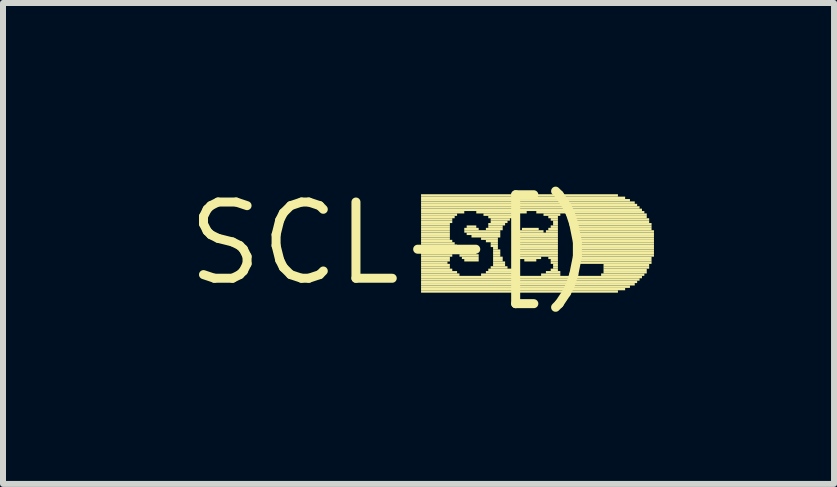
<source format=kicad_pcb>
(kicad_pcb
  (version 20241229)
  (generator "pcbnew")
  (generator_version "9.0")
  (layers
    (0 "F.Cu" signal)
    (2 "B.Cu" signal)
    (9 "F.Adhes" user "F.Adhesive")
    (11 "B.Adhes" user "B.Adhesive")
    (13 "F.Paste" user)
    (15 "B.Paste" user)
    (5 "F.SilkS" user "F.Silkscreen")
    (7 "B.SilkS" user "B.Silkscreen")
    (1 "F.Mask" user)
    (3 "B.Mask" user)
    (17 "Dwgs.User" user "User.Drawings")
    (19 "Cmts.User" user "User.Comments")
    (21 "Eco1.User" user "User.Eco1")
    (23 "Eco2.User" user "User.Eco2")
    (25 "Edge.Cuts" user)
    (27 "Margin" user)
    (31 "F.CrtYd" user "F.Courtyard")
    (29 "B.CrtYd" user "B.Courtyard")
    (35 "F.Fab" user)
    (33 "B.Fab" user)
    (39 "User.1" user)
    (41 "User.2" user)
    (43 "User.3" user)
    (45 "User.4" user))
  (footprint "SCL-[)"
    (layer "F.Cu")
    (at 3.485 1.006)
    (property "Reference" "SCL-[)" (at 0 0 0) (layer "F.SilkS") (effects (font (size 1.27 1.27) (thickness 0.15))))
    (fp_poly (pts (xy 0.48 -0.78) (xy 3.76 -0.78) (xy 3.76 -0.82) (xy 0.48 -0.82)) (stroke (width 0) (type solid)) (fill yes) (layer "F.SilkS"))
    (fp_poly (pts (xy 0.48 -0.74) (xy 3.88 -0.74) (xy 3.88 -0.78) (xy 0.48 -0.78)) (stroke (width 0) (type solid)) (fill yes) (layer "F.SilkS"))
    (fp_poly (pts (xy 0.48 -0.7) (xy 3.96 -0.7) (xy 3.96 -0.74) (xy 0.48 -0.74)) (stroke (width 0) (type solid)) (fill yes) (layer "F.SilkS"))
    (fp_poly (pts (xy 0.48 -0.66) (xy 4.04 -0.66) (xy 4.04 -0.7) (xy 0.48 -0.7)) (stroke (width 0) (type solid)) (fill yes) (layer "F.SilkS"))
    (fp_poly (pts (xy 0.48 -0.62) (xy 4.08 -0.62) (xy 4.08 -0.66) (xy 0.48 -0.66)) (stroke (width 0) (type solid)) (fill yes) (layer "F.SilkS"))
    (fp_poly (pts (xy 0.48 -0.58) (xy 4.12 -0.58) (xy 4.12 -0.62) (xy 0.48 -0.62)) (stroke (width 0) (type solid)) (fill yes) (layer "F.SilkS"))
    (fp_poly (pts (xy 0.48 -0.54) (xy 4.16 -0.54) (xy 4.16 -0.58) (xy 0.48 -0.58)) (stroke (width 0) (type solid)) (fill yes) (layer "F.SilkS"))
    (fp_poly (pts (xy 0.48 -0.5) (xy 1.2 -0.5) (xy 1.2 -0.54) (xy 0.48 -0.54)) (stroke (width 0) (type solid)) (fill yes) (layer "F.SilkS"))
    (fp_poly (pts (xy 0.48 -0.46) (xy 1.08 -0.46) (xy 1.08 -0.5) (xy 0.48 -0.5)) (stroke (width 0) (type solid)) (fill yes) (layer "F.SilkS"))
    (fp_poly (pts (xy 0.48 -0.42) (xy 1.04 -0.42) (xy 1.04 -0.46) (xy 0.48 -0.46)) (stroke (width 0) (type solid)) (fill yes) (layer "F.SilkS"))
    (fp_poly (pts (xy 0.48 -0.38) (xy 1 -0.38) (xy 1 -0.42) (xy 0.48 -0.42)) (stroke (width 0) (type solid)) (fill yes) (layer "F.SilkS"))
    (fp_poly (pts (xy 0.48 -0.34) (xy 1 -0.34) (xy 1 -0.38) (xy 0.48 -0.38)) (stroke (width 0) (type solid)) (fill yes) (layer "F.SilkS"))
    (fp_poly (pts (xy 0.48 -0.3) (xy 0.96 -0.3) (xy 0.96 -0.34) (xy 0.48 -0.34)) (stroke (width 0) (type solid)) (fill yes) (layer "F.SilkS"))
    (fp_poly (pts (xy 0.48 -0.26) (xy 0.96 -0.26) (xy 0.96 -0.3) (xy 0.48 -0.3)) (stroke (width 0) (type solid)) (fill yes) (layer "F.SilkS"))
    (fp_poly (pts (xy 0.48 -0.22) (xy 0.96 -0.22) (xy 0.96 -0.26) (xy 0.48 -0.26)) (stroke (width 0) (type solid)) (fill yes) (layer "F.SilkS"))
    (fp_poly (pts (xy 0.48 -0.18) (xy 0.96 -0.18) (xy 0.96 -0.22) (xy 0.48 -0.22)) (stroke (width 0) (type solid)) (fill yes) (layer "F.SilkS"))
    (fp_poly (pts (xy 0.48 -0.14) (xy 0.96 -0.14) (xy 0.96 -0.18) (xy 0.48 -0.18)) (stroke (width 0) (type solid)) (fill yes) (layer "F.SilkS"))
    (fp_poly (pts (xy 0.48 -0.1) (xy 0.96 -0.1) (xy 0.96 -0.14) (xy 0.48 -0.14)) (stroke (width 0) (type solid)) (fill yes) (layer "F.SilkS"))
    (fp_poly (pts (xy 0.48 -0.06) (xy 0.96 -0.06) (xy 0.96 -0.1) (xy 0.48 -0.1)) (stroke (width 0) (type solid)) (fill yes) (layer "F.SilkS"))
    (fp_poly (pts (xy 0.48 -0.02) (xy 1 -0.02) (xy 1 -0.06) (xy 0.48 -0.06)) (stroke (width 0) (type solid)) (fill yes) (layer "F.SilkS"))
    (fp_poly (pts (xy 0.48 0.02) (xy 1.04 0.02) (xy 1.04 -0.02) (xy 0.48 -0.02)) (stroke (width 0) (type solid)) (fill yes) (layer "F.SilkS"))
    (fp_poly (pts (xy 0.48 0.06) (xy 1.08 0.06) (xy 1.08 0.02) (xy 0.48 0.02)) (stroke (width 0) (type solid)) (fill yes) (layer "F.SilkS"))
    (fp_poly (pts (xy 0.48 0.1) (xy 1.16 0.1) (xy 1.16 0.06) (xy 0.48 0.06)) (stroke (width 0) (type solid)) (fill yes) (layer "F.SilkS"))
    (fp_poly (pts (xy 0.48 0.14) (xy 1.32 0.14) (xy 1.32 0.1) (xy 0.48 0.1)) (stroke (width 0) (type solid)) (fill yes) (layer "F.SilkS"))
    (fp_poly (pts (xy 0.48 0.18) (xy 1.4 0.18) (xy 1.4 0.14) (xy 0.48 0.14)) (stroke (width 0) (type solid)) (fill yes) (layer "F.SilkS"))
    (fp_poly (pts (xy 0.48 0.22) (xy 1 0.22) (xy 1 0.18) (xy 0.48 0.18)) (stroke (width 0) (type solid)) (fill yes) (layer "F.SilkS"))
    (fp_poly (pts (xy 0.48 0.26) (xy 0.96 0.26) (xy 0.96 0.22) (xy 0.48 0.22)) (stroke (width 0) (type solid)) (fill yes) (layer "F.SilkS"))
    (fp_poly (pts (xy 0.48 0.3) (xy 0.96 0.3) (xy 0.96 0.26) (xy 0.48 0.26)) (stroke (width 0) (type solid)) (fill yes) (layer "F.SilkS"))
    (fp_poly (pts (xy 0.48 0.34) (xy 0.92 0.34) (xy 0.92 0.3) (xy 0.48 0.3)) (stroke (width 0) (type solid)) (fill yes) (layer "F.SilkS"))
    (fp_poly (pts (xy 0.48 0.38) (xy 0.96 0.38) (xy 0.96 0.34) (xy 0.48 0.34)) (stroke (width 0) (type solid)) (fill yes) (layer "F.SilkS"))
    (fp_poly (pts (xy 0.48 0.42) (xy 0.96 0.42) (xy 0.96 0.38) (xy 0.48 0.38)) (stroke (width 0) (type solid)) (fill yes) (layer "F.SilkS"))
    (fp_poly (pts (xy 0.48 0.46) (xy 1 0.46) (xy 1 0.42) (xy 0.48 0.42)) (stroke (width 0) (type solid)) (fill yes) (layer "F.SilkS"))
    (fp_poly (pts (xy 0.48 0.5) (xy 1.08 0.5) (xy 1.08 0.46) (xy 0.48 0.46)) (stroke (width 0) (type solid)) (fill yes) (layer "F.SilkS"))
    (fp_poly (pts (xy 0.48 0.54) (xy 1.12 0.54) (xy 1.12 0.5) (xy 0.48 0.5)) (stroke (width 0) (type solid)) (fill yes) (layer "F.SilkS"))
    (fp_poly (pts (xy 0.48 0.58) (xy 4.16 0.58) (xy 4.16 0.54) (xy 0.48 0.54)) (stroke (width 0) (type solid)) (fill yes) (layer "F.SilkS"))
    (fp_poly (pts (xy 0.48 0.62) (xy 4.12 0.62) (xy 4.12 0.58) (xy 0.48 0.58)) (stroke (width 0) (type solid)) (fill yes) (layer "F.SilkS"))
    (fp_poly (pts (xy 0.48 0.66) (xy 4.08 0.66) (xy 4.08 0.62) (xy 0.48 0.62)) (stroke (width 0) (type solid)) (fill yes) (layer "F.SilkS"))
    (fp_poly (pts (xy 0.48 0.7) (xy 4.04 0.7) (xy 4.04 0.66) (xy 0.48 0.66)) (stroke (width 0) (type solid)) (fill yes) (layer "F.SilkS"))
    (fp_poly (pts (xy 0.48 0.74) (xy 3.96 0.74) (xy 3.96 0.7) (xy 0.48 0.7)) (stroke (width 0) (type solid)) (fill yes) (layer "F.SilkS"))
    (fp_poly (pts (xy 0.48 0.78) (xy 3.88 0.78) (xy 3.88 0.74) (xy 0.48 0.74)) (stroke (width 0) (type solid)) (fill yes) (layer "F.SilkS"))
    (fp_poly (pts (xy 0.48 0.82) (xy 3.76 0.82) (xy 3.76 0.78) (xy 0.48 0.78)) (stroke (width 0) (type solid)) (fill yes) (layer "F.SilkS"))
    (fp_poly (pts (xy 1.12 0.22) (xy 1.44 0.22) (xy 1.44 0.18) (xy 1.12 0.18)) (stroke (width 0) (type solid)) (fill yes) (layer "F.SilkS"))
    (fp_poly (pts (xy 1.16 0.26) (xy 1.44 0.26) (xy 1.44 0.22) (xy 1.16 0.22)) (stroke (width 0) (type solid)) (fill yes) (layer "F.SilkS"))
    (fp_poly (pts (xy 1.2 -0.22) (xy 1.44 -0.22) (xy 1.44 -0.26) (xy 1.2 -0.26)) (stroke (width 0) (type solid)) (fill yes) (layer "F.SilkS"))
    (fp_poly (pts (xy 1.2 -0.18) (xy 1.8 -0.18) (xy 1.8 -0.22) (xy 1.2 -0.22)) (stroke (width 0) (type solid)) (fill yes) (layer "F.SilkS"))
    (fp_poly (pts (xy 1.2 0.3) (xy 1.44 0.3) (xy 1.44 0.26) (xy 1.2 0.26)) (stroke (width 0) (type solid)) (fill yes) (layer "F.SilkS"))
    (fp_poly (pts (xy 1.24 -0.26) (xy 1.4 -0.26) (xy 1.4 -0.3) (xy 1.24 -0.3)) (stroke (width 0) (type solid)) (fill yes) (layer "F.SilkS"))
    (fp_poly (pts (xy 1.24 -0.14) (xy 1.8 -0.14) (xy 1.8 -0.18) (xy 1.24 -0.18)) (stroke (width 0) (type solid)) (fill yes) (layer "F.SilkS"))
    (fp_poly (pts (xy 1.32 -0.1) (xy 1.8 -0.1) (xy 1.8 -0.14) (xy 1.32 -0.14)) (stroke (width 0) (type solid)) (fill yes) (layer "F.SilkS"))
    (fp_poly (pts (xy 1.4 -0.5) (xy 2.24 -0.5) (xy 2.24 -0.54) (xy 1.4 -0.54)) (stroke (width 0) (type solid)) (fill yes) (layer "F.SilkS"))
    (fp_poly (pts (xy 1.48 -0.06) (xy 1.76 -0.06) (xy 1.76 -0.1) (xy 1.48 -0.1)) (stroke (width 0) (type solid)) (fill yes) (layer "F.SilkS"))
    (fp_poly (pts (xy 1.48 0.54) (xy 2.12 0.54) (xy 2.12 0.5) (xy 1.48 0.5)) (stroke (width 0) (type solid)) (fill yes) (layer "F.SilkS"))
    (fp_poly (pts (xy 1.52 -0.46) (xy 2.12 -0.46) (xy 2.12 -0.5) (xy 1.52 -0.5)) (stroke (width 0) (type solid)) (fill yes) (layer "F.SilkS"))
    (fp_poly (pts (xy 1.56 -0.22) (xy 1.84 -0.22) (xy 1.84 -0.26) (xy 1.56 -0.26)) (stroke (width 0) (type solid)) (fill yes) (layer "F.SilkS"))
    (fp_poly (pts (xy 1.56 -0.02) (xy 1.76 -0.02) (xy 1.76 -0.06) (xy 1.56 -0.06)) (stroke (width 0) (type solid)) (fill yes) (layer "F.SilkS"))
    (fp_poly (pts (xy 1.56 0.5) (xy 2.04 0.5) (xy 2.04 0.46) (xy 1.56 0.46)) (stroke (width 0) (type solid)) (fill yes) (layer "F.SilkS"))
    (fp_poly (pts (xy 1.6 -0.42) (xy 2.04 -0.42) (xy 2.04 -0.46) (xy 1.6 -0.46)) (stroke (width 0) (type solid)) (fill yes) (layer "F.SilkS"))
    (fp_poly (pts (xy 1.6 -0.3) (xy 1.88 -0.3) (xy 1.88 -0.34) (xy 1.6 -0.34)) (stroke (width 0) (type solid)) (fill yes) (layer "F.SilkS"))
    (fp_poly (pts (xy 1.6 -0.26) (xy 1.84 -0.26) (xy 1.84 -0.3) (xy 1.6 -0.3)) (stroke (width 0) (type solid)) (fill yes) (layer "F.SilkS"))
    (fp_poly (pts (xy 1.6 0.46) (xy 2 0.46) (xy 2 0.42) (xy 1.6 0.42)) (stroke (width 0) (type solid)) (fill yes) (layer "F.SilkS"))
    (fp_poly (pts (xy 1.64 -0.38) (xy 1.96 -0.38) (xy 1.96 -0.42) (xy 1.64 -0.42)) (stroke (width 0) (type solid)) (fill yes) (layer "F.SilkS"))
    (fp_poly (pts (xy 1.64 -0.34) (xy 1.92 -0.34) (xy 1.92 -0.38) (xy 1.64 -0.38)) (stroke (width 0) (type solid)) (fill yes) (layer "F.SilkS"))
    (fp_poly (pts (xy 1.64 0.02) (xy 1.76 0.02) (xy 1.76 -0.02) (xy 1.64 -0.02)) (stroke (width 0) (type solid)) (fill yes) (layer "F.SilkS"))
    (fp_poly (pts (xy 1.64 0.06) (xy 1.76 0.06) (xy 1.76 0.02) (xy 1.64 0.02)) (stroke (width 0) (type solid)) (fill yes) (layer "F.SilkS"))
    (fp_poly (pts (xy 1.64 0.42) (xy 1.92 0.42) (xy 1.92 0.38) (xy 1.64 0.38)) (stroke (width 0) (type solid)) (fill yes) (layer "F.SilkS"))
    (fp_poly (pts (xy 1.68 0.1) (xy 1.76 0.1) (xy 1.76 0.06) (xy 1.68 0.06)) (stroke (width 0) (type solid)) (fill yes) (layer "F.SilkS"))
    (fp_poly (pts (xy 1.68 0.14) (xy 1.8 0.14) (xy 1.8 0.1) (xy 1.68 0.1)) (stroke (width 0) (type solid)) (fill yes) (layer "F.SilkS"))
    (fp_poly (pts (xy 1.68 0.18) (xy 1.8 0.18) (xy 1.8 0.14) (xy 1.68 0.14)) (stroke (width 0) (type solid)) (fill yes) (layer "F.SilkS"))
    (fp_poly (pts (xy 1.68 0.22) (xy 1.8 0.22) (xy 1.8 0.18) (xy 1.68 0.18)) (stroke (width 0) (type solid)) (fill yes) (layer "F.SilkS"))
    (fp_poly (pts (xy 1.68 0.26) (xy 1.84 0.26) (xy 1.84 0.22) (xy 1.68 0.22)) (stroke (width 0) (type solid)) (fill yes) (layer "F.SilkS"))
    (fp_poly (pts (xy 1.68 0.3) (xy 1.84 0.3) (xy 1.84 0.26) (xy 1.68 0.26)) (stroke (width 0) (type solid)) (fill yes) (layer "F.SilkS"))
    (fp_poly (pts (xy 1.68 0.34) (xy 1.88 0.34) (xy 1.88 0.3) (xy 1.68 0.3)) (stroke (width 0) (type solid)) (fill yes) (layer "F.SilkS"))
    (fp_poly (pts (xy 1.68 0.38) (xy 1.88 0.38) (xy 1.88 0.34) (xy 1.68 0.34)) (stroke (width 0) (type solid)) (fill yes) (layer "F.SilkS"))
    (fp_poly (pts (xy 2.04 -0.1) (xy 2.76 -0.1) (xy 2.76 -0.14) (xy 2.04 -0.14)) (stroke (width 0) (type solid)) (fill yes) (layer "F.SilkS"))
    (fp_poly (pts (xy 2.04 -0.06) (xy 2.76 -0.06) (xy 2.76 -0.1) (xy 2.04 -0.1)) (stroke (width 0) (type solid)) (fill yes) (layer "F.SilkS"))
    (fp_poly (pts (xy 2.04 -0.02) (xy 2.76 -0.02) (xy 2.76 -0.06) (xy 2.04 -0.06)) (stroke (width 0) (type solid)) (fill yes) (layer "F.SilkS"))
    (fp_poly (pts (xy 2.04 0.02) (xy 2.76 0.02) (xy 2.76 -0.02) (xy 2.04 -0.02)) (stroke (width 0) (type solid)) (fill yes) (layer "F.SilkS"))
    (fp_poly (pts (xy 2.04 0.06) (xy 2.76 0.06) (xy 2.76 0.02) (xy 2.04 0.02)) (stroke (width 0) (type solid)) (fill yes) (layer "F.SilkS"))
    (fp_poly (pts (xy 2.04 0.1) (xy 2.76 0.1) (xy 2.76 0.06) (xy 2.04 0.06)) (stroke (width 0) (type solid)) (fill yes) (layer "F.SilkS"))
    (fp_poly (pts (xy 2.04 0.14) (xy 2.76 0.14) (xy 2.76 0.1) (xy 2.04 0.1)) (stroke (width 0) (type solid)) (fill yes) (layer "F.SilkS"))
    (fp_poly (pts (xy 2.04 0.18) (xy 2.76 0.18) (xy 2.76 0.14) (xy 2.04 0.14)) (stroke (width 0) (type solid)) (fill yes) (layer "F.SilkS"))
    (fp_poly (pts (xy 2.08 -0.14) (xy 2.76 -0.14) (xy 2.76 -0.18) (xy 2.08 -0.18)) (stroke (width 0) (type solid)) (fill yes) (layer "F.SilkS"))
    (fp_poly (pts (xy 2.08 0.22) (xy 2.76 0.22) (xy 2.76 0.18) (xy 2.08 0.18)) (stroke (width 0) (type solid)) (fill yes) (layer "F.SilkS"))
    (fp_poly (pts (xy 2.12 -0.18) (xy 2.52 -0.18) (xy 2.52 -0.22) (xy 2.12 -0.22)) (stroke (width 0) (type solid)) (fill yes) (layer "F.SilkS"))
    (fp_poly (pts (xy 2.12 0.26) (xy 2.48 0.26) (xy 2.48 0.22) (xy 2.12 0.22)) (stroke (width 0) (type solid)) (fill yes) (layer "F.SilkS"))
    (fp_poly (pts (xy 2.16 -0.22) (xy 2.44 -0.22) (xy 2.44 -0.26) (xy 2.16 -0.26)) (stroke (width 0) (type solid)) (fill yes) (layer "F.SilkS"))
    (fp_poly (pts (xy 2.2 0.3) (xy 2.4 0.3) (xy 2.4 0.26) (xy 2.2 0.26)) (stroke (width 0) (type solid)) (fill yes) (layer "F.SilkS"))
    (fp_poly (pts (xy 2.4 -0.5) (xy 4.2 -0.5) (xy 4.2 -0.54) (xy 2.4 -0.54)) (stroke (width 0) (type solid)) (fill yes) (layer "F.SilkS"))
    (fp_poly (pts (xy 2.48 0.54) (xy 2.8 0.54) (xy 2.8 0.5) (xy 2.48 0.5)) (stroke (width 0) (type solid)) (fill yes) (layer "F.SilkS"))
    (fp_poly (pts (xy 2.52 -0.46) (xy 2.8 -0.46) (xy 2.8 -0.5) (xy 2.52 -0.5)) (stroke (width 0) (type solid)) (fill yes) (layer "F.SilkS"))
    (fp_poly (pts (xy 2.56 -0.18) (xy 2.76 -0.18) (xy 2.76 -0.22) (xy 2.56 -0.22)) (stroke (width 0) (type solid)) (fill yes) (layer "F.SilkS"))
    (fp_poly (pts (xy 2.56 0.5) (xy 2.8 0.5) (xy 2.8 0.46) (xy 2.56 0.46)) (stroke (width 0) (type solid)) (fill yes) (layer "F.SilkS"))
    (fp_poly (pts (xy 2.6 -0.42) (xy 2.76 -0.42) (xy 2.76 -0.46) (xy 2.6 -0.46)) (stroke (width 0) (type solid)) (fill yes) (layer "F.SilkS"))
    (fp_poly (pts (xy 2.6 -0.22) (xy 2.76 -0.22) (xy 2.76 -0.26) (xy 2.6 -0.26)) (stroke (width 0) (type solid)) (fill yes) (layer "F.SilkS"))
    (fp_poly (pts (xy 2.6 0.26) (xy 2.76 0.26) (xy 2.76 0.22) (xy 2.6 0.22)) (stroke (width 0) (type solid)) (fill yes) (layer "F.SilkS"))
    (fp_poly (pts (xy 2.64 -0.38) (xy 2.76 -0.38) (xy 2.76 -0.42) (xy 2.64 -0.42)) (stroke (width 0) (type solid)) (fill yes) (layer "F.SilkS"))
    (fp_poly (pts (xy 2.64 -0.26) (xy 2.76 -0.26) (xy 2.76 -0.3) (xy 2.64 -0.3)) (stroke (width 0) (type solid)) (fill yes) (layer "F.SilkS"))
    (fp_poly (pts (xy 2.64 0.3) (xy 2.76 0.3) (xy 2.76 0.26) (xy 2.64 0.26)) (stroke (width 0) (type solid)) (fill yes) (layer "F.SilkS"))
    (fp_poly (pts (xy 2.64 0.34) (xy 2.76 0.34) (xy 2.76 0.3) (xy 2.64 0.3)) (stroke (width 0) (type solid)) (fill yes) (layer "F.SilkS"))
    (fp_poly (pts (xy 2.64 0.46) (xy 2.76 0.46) (xy 2.76 0.42) (xy 2.64 0.42)) (stroke (width 0) (type solid)) (fill yes) (layer "F.SilkS"))
    (fp_poly (pts (xy 2.68 -0.34) (xy 2.76 -0.34) (xy 2.76 -0.38) (xy 2.68 -0.38)) (stroke (width 0) (type solid)) (fill yes) (layer "F.SilkS"))
    (fp_poly (pts (xy 2.68 -0.3) (xy 2.76 -0.3) (xy 2.76 -0.34) (xy 2.68 -0.34)) (stroke (width 0) (type solid)) (fill yes) (layer "F.SilkS"))
    (fp_poly (pts (xy 2.68 0.38) (xy 2.76 0.38) (xy 2.76 0.34) (xy 2.68 0.34)) (stroke (width 0) (type solid)) (fill yes) (layer "F.SilkS"))
    (fp_poly (pts (xy 2.68 0.42) (xy 2.76 0.42) (xy 2.76 0.38) (xy 2.68 0.38)) (stroke (width 0) (type solid)) (fill yes) (layer "F.SilkS"))
    (fp_poly (pts (xy 3 -0.46) (xy 4.24 -0.46) (xy 4.24 -0.5) (xy 3 -0.5)) (stroke (width 0) (type solid)) (fill yes) (layer "F.SilkS"))
    (fp_poly (pts (xy 3 -0.42) (xy 4.24 -0.42) (xy 4.24 -0.46) (xy 3 -0.46)) (stroke (width 0) (type solid)) (fill yes) (layer "F.SilkS"))
    (fp_poly (pts (xy 3.04 -0.38) (xy 4.28 -0.38) (xy 4.28 -0.42) (xy 3.04 -0.42)) (stroke (width 0) (type solid)) (fill yes) (layer "F.SilkS"))
    (fp_poly (pts (xy 3.04 -0.34) (xy 4.28 -0.34) (xy 4.28 -0.38) (xy 3.04 -0.38)) (stroke (width 0) (type solid)) (fill yes) (layer "F.SilkS"))
    (fp_poly (pts (xy 3.04 -0.3) (xy 4.32 -0.3) (xy 4.32 -0.34) (xy 3.04 -0.34)) (stroke (width 0) (type solid)) (fill yes) (layer "F.SilkS"))
    (fp_poly (pts (xy 3.04 -0.26) (xy 4.32 -0.26) (xy 4.32 -0.3) (xy 3.04 -0.3)) (stroke (width 0) (type solid)) (fill yes) (layer "F.SilkS"))
    (fp_poly (pts (xy 3.04 -0.22) (xy 4.32 -0.22) (xy 4.32 -0.26) (xy 3.04 -0.26)) (stroke (width 0) (type solid)) (fill yes) (layer "F.SilkS"))
    (fp_poly (pts (xy 3.04 -0.18) (xy 4.36 -0.18) (xy 4.36 -0.22) (xy 3.04 -0.22)) (stroke (width 0) (type solid)) (fill yes) (layer "F.SilkS"))
    (fp_poly (pts (xy 3.04 -0.14) (xy 4.36 -0.14) (xy 4.36 -0.18) (xy 3.04 -0.18)) (stroke (width 0) (type solid)) (fill yes) (layer "F.SilkS"))
    (fp_poly (pts (xy 3.04 -0.1) (xy 4.36 -0.1) (xy 4.36 -0.14) (xy 3.04 -0.14)) (stroke (width 0) (type solid)) (fill yes) (layer "F.SilkS"))
    (fp_poly (pts (xy 3.04 -0.06) (xy 4.36 -0.06) (xy 4.36 -0.1) (xy 3.04 -0.1)) (stroke (width 0) (type solid)) (fill yes) (layer "F.SilkS"))
    (fp_poly (pts (xy 3.04 -0.02) (xy 4.36 -0.02) (xy 4.36 -0.06) (xy 3.04 -0.06)) (stroke (width 0) (type solid)) (fill yes) (layer "F.SilkS"))
    (fp_poly (pts (xy 3.04 0.02) (xy 4.36 0.02) (xy 4.36 -0.02) (xy 3.04 -0.02)) (stroke (width 0) (type solid)) (fill yes) (layer "F.SilkS"))
    (fp_poly (pts (xy 3.04 0.06) (xy 4.36 0.06) (xy 4.36 0.02) (xy 3.04 0.02)) (stroke (width 0) (type solid)) (fill yes) (layer "F.SilkS"))
    (fp_poly (pts (xy 3.04 0.1) (xy 4.36 0.1) (xy 4.36 0.06) (xy 3.04 0.06)) (stroke (width 0) (type solid)) (fill yes) (layer "F.SilkS"))
    (fp_poly (pts (xy 3.04 0.14) (xy 4.36 0.14) (xy 4.36 0.1) (xy 3.04 0.1)) (stroke (width 0) (type solid)) (fill yes) (layer "F.SilkS"))
    (fp_poly (pts (xy 3.04 0.18) (xy 4.36 0.18) (xy 4.36 0.14) (xy 3.04 0.14)) (stroke (width 0) (type solid)) (fill yes) (layer "F.SilkS"))
    (fp_poly (pts (xy 3.04 0.22) (xy 4.36 0.22) (xy 4.36 0.18) (xy 3.04 0.18)) (stroke (width 0) (type solid)) (fill yes) (layer "F.SilkS"))
    (fp_poly (pts (xy 3.04 0.26) (xy 4.32 0.26) (xy 4.32 0.22) (xy 3.04 0.22)) (stroke (width 0) (type solid)) (fill yes) (layer "F.SilkS"))
    (fp_poly (pts (xy 3.04 0.3) (xy 4.32 0.3) (xy 4.32 0.26) (xy 3.04 0.26)) (stroke (width 0) (type solid)) (fill yes) (layer "F.SilkS"))
    (fp_poly (pts (xy 3.04 0.34) (xy 4.32 0.34) (xy 4.32 0.3) (xy 3.04 0.3)) (stroke (width 0) (type solid)) (fill yes) (layer "F.SilkS"))
    (fp_poly (pts (xy 3.48 0.54) (xy 4.2 0.54) (xy 4.2 0.5) (xy 3.48 0.5)) (stroke (width 0) (type solid)) (fill yes) (layer "F.SilkS"))
    (fp_poly (pts (xy 3.52 0.38) (xy 4.28 0.38) (xy 4.28 0.34) (xy 3.52 0.34)) (stroke (width 0) (type solid)) (fill yes) (layer "F.SilkS"))
    (fp_poly (pts (xy 3.52 0.42) (xy 4.28 0.42) (xy 4.28 0.38) (xy 3.52 0.38)) (stroke (width 0) (type solid)) (fill yes) (layer "F.SilkS"))
    (fp_poly (pts (xy 3.52 0.46) (xy 4.24 0.46) (xy 4.24 0.42) (xy 3.52 0.42)) (stroke (width 0) (type solid)) (fill yes) (layer "F.SilkS"))
    (fp_poly (pts (xy 3.52 0.5) (xy 4.24 0.5) (xy 4.24 0.46) (xy 3.52 0.46)) (stroke (width 0) (type solid)) (fill yes) (layer "F.SilkS")))
  (gr_rect
    (start -3 -3)
    (end 10.845 5.012)
    (stroke (width 0.1) (type default))
    (fill no)
    (layer "Edge.Cuts")))
</source>
